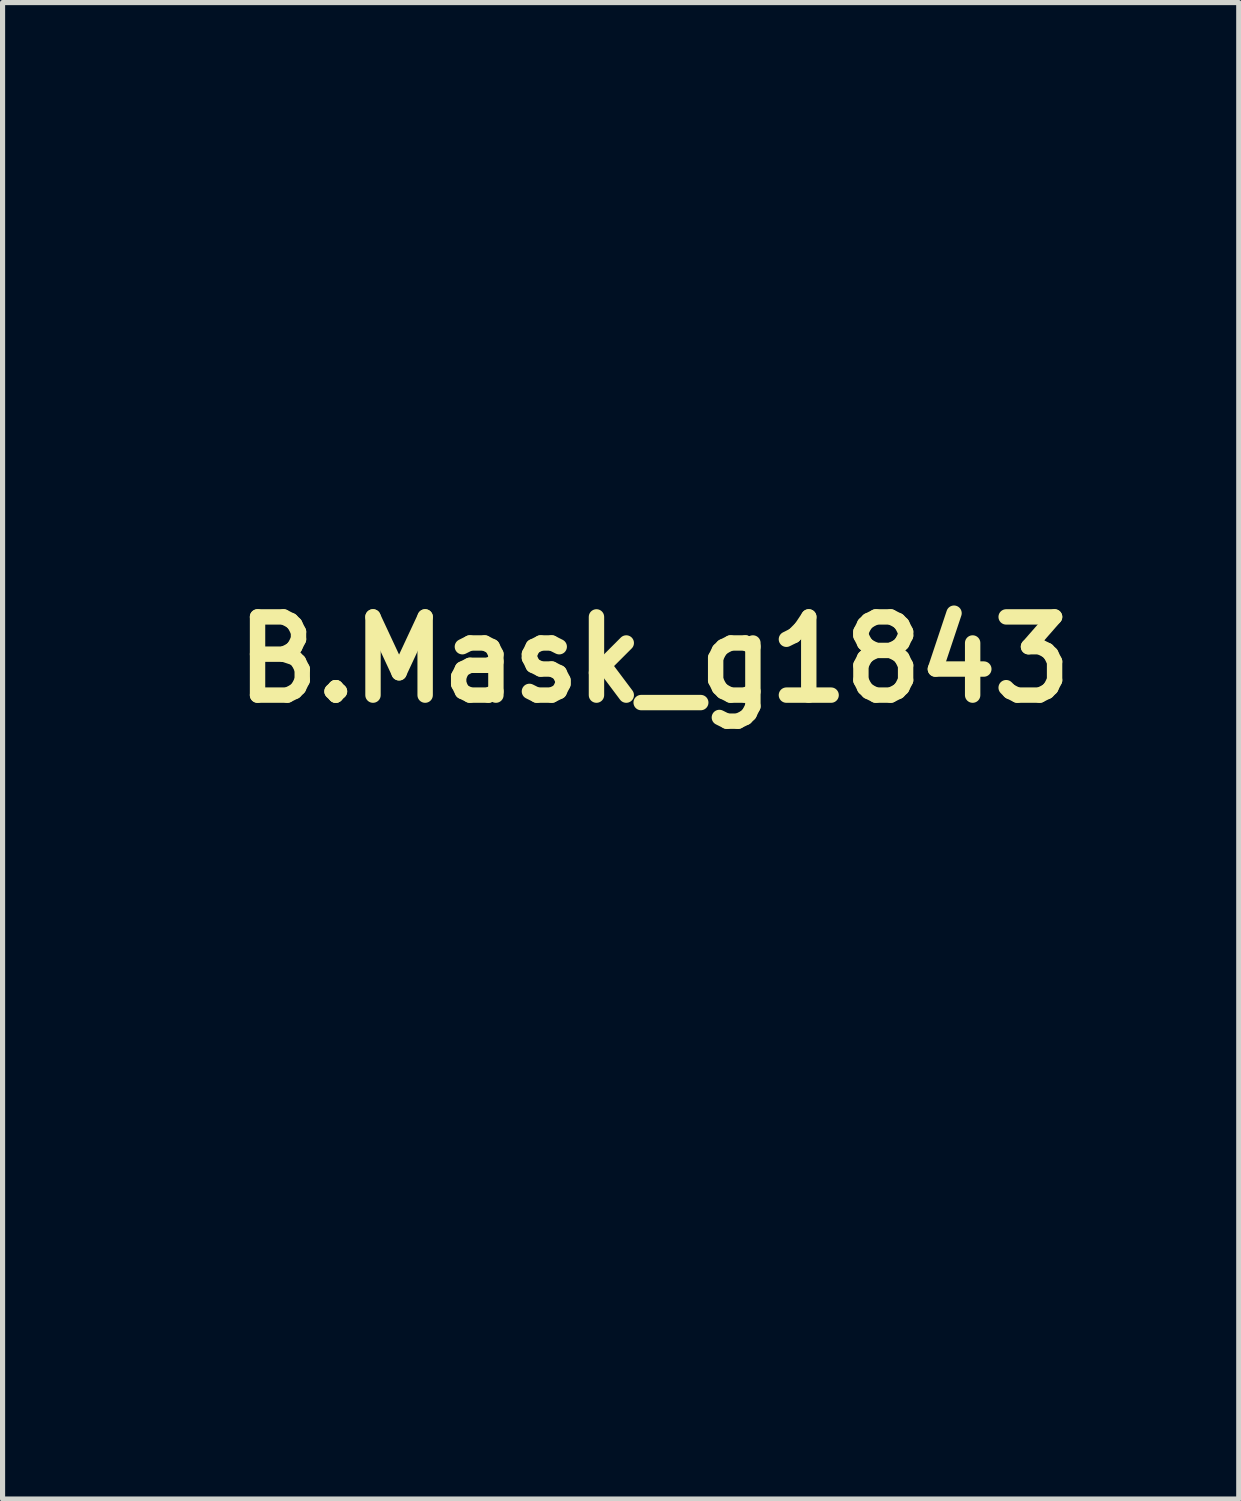
<source format=kicad_pcb>
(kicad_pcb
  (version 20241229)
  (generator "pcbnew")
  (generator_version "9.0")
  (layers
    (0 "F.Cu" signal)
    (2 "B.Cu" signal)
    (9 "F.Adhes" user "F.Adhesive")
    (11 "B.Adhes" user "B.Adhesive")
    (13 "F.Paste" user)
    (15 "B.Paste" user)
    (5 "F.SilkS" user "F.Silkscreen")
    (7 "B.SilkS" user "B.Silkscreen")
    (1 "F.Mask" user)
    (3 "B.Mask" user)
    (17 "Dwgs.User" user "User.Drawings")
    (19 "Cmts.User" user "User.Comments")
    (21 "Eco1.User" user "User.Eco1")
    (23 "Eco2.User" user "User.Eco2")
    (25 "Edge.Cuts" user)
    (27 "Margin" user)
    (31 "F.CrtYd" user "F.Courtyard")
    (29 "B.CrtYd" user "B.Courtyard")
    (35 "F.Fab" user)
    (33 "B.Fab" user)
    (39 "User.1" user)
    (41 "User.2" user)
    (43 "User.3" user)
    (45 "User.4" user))
  (footprint "B.Mask_g1843"
    (layer "F.Cu")
    (at 9.697 9.805)
    (property "Reference" "B.Mask_g1843" (at 0 0 0) (layer "F.SilkS") (effects (font (size 1.524 1.524) (thickness 0.3))))
    (attr through_hole)
    (fp_poly (pts (xy 1.111 -9.713) (xy 1.177 -9.63) (xy 1.222 -9.544) (xy 1.25 -9.443) (xy 1.267 -9.314) (xy 1.269 -9.29) (xy 1.277 -9.207) (xy 1.286 -9.146) (xy 1.304 -9.094) (xy 1.334 -9.04) (xy 1.382 -8.969) (xy 1.406 -8.934) (xy 1.471 -8.837) (xy 1.513 -8.761) (xy 1.535 -8.697) (xy 1.54 -8.664) (xy 1.56 -8.582) (xy 1.603 -8.474) (xy 1.672 -8.338) (xy 1.766 -8.173) (xy 1.886 -7.978) (xy 1.928 -7.911) (xy 1.997 -7.802) (xy 2.063 -7.699) (xy 2.119 -7.61) (xy 2.162 -7.542) (xy 2.18 -7.512) (xy 2.219 -7.46) (xy 2.28 -7.392) (xy 2.355 -7.317) (xy 2.402 -7.273) (xy 2.493 -7.191) (xy 2.591 -7.1) (xy 2.68 -7.015) (xy 2.711 -6.985) (xy 2.85 -6.847) (xy 2.899 -6.456) (xy 2.917 -6.309) (xy 2.929 -6.195) (xy 2.934 -6.106) (xy 2.933 -6.032) (xy 2.926 -5.966) (xy 2.912 -5.897) (xy 2.891 -5.817) (xy 2.887 -5.805) (xy 2.874 -5.757) (xy 3.806 -5.757) (xy 3.956 -5.595) (xy 4.018 -5.526) (xy 4.068 -5.468) (xy 4.099 -5.428) (xy 4.106 -5.415) (xy 4.087 -5.405) (xy 4.033 -5.399) (xy 3.954 -5.397) (xy 3.856 -5.398) (xy 3.75 -5.403) (xy 3.642 -5.411) (xy 3.54 -5.421) (xy 3.454 -5.435) (xy 3.439 -5.437) (xy 3.274 -5.477) (xy 3.115 -5.528) (xy 2.96 -5.591) (xy 2.806 -5.669) (xy 2.65 -5.765) (xy 2.49 -5.881) (xy 2.321 -6.018) (xy 2.142 -6.179) (xy 1.949 -6.366) (xy 1.74 -6.581) (xy 1.511 -6.827) (xy 1.301 -7.059) (xy 1.138 -7.241) (xy 0.999 -7.395) (xy 0.88 -7.523) (xy 0.779 -7.63) (xy 0.691 -7.719) (xy 0.614 -7.793) (xy 0.543 -7.857) (xy 0.475 -7.912) (xy 0.407 -7.964) (xy 0.404 -7.967) (xy 0.13 -8.142) (xy -0.16 -8.281) (xy -0.463 -8.383) (xy -0.775 -8.449) (xy -1.092 -8.476) (xy -1.409 -8.466) (xy -1.723 -8.417) (xy -2.029 -8.329) (xy -2.273 -8.227) (xy -2.44 -8.14) (xy -2.591 -8.048) (xy -2.732 -7.945) (xy -2.867 -7.825) (xy -3.004 -7.684) (xy -3.148 -7.517) (xy -3.305 -7.318) (xy -3.325 -7.291) (xy -3.625 -6.882) (xy -3.891 -6.493) (xy -4.126 -6.119) (xy -4.33 -5.757) (xy -4.507 -5.404) (xy -4.657 -5.056) (xy -4.783 -4.71) (xy -4.866 -4.441) (xy -4.896 -4.329) (xy -4.925 -4.21) (xy -4.953 -4.091) (xy -4.977 -3.98) (xy -4.996 -3.883) (xy -5.008 -3.809) (xy -5.012 -3.764) (xy -5.011 -3.755) (xy -4.991 -3.763) (xy -4.944 -3.793) (xy -4.875 -3.841) (xy -4.791 -3.902) (xy -4.738 -3.942) (xy -4.42 -4.174) (xy -4.121 -4.372) (xy -3.839 -4.54) (xy -3.568 -4.679) (xy -3.334 -4.78) (xy -3.194 -4.833) (xy -3.089 -4.867) (xy -3.02 -4.884) (xy -2.987 -4.881) (xy -2.985 -4.875) (xy -2.998 -4.845) (xy -3.036 -4.79) (xy -3.09 -4.718) (xy -3.158 -4.637) (xy -3.231 -4.552) (xy -3.306 -4.471) (xy -3.329 -4.448) (xy -3.392 -4.387) (xy -3.48 -4.305) (xy -3.586 -4.21) (xy -3.701 -4.108) (xy -3.82 -4.006) (xy -3.852 -3.979) (xy -3.994 -3.856) (xy -4.146 -3.719) (xy -4.303 -3.572) (xy -4.46 -3.42) (xy -4.613 -3.269) (xy -4.755 -3.123) (xy -4.882 -2.989) (xy -4.988 -2.87) (xy -5.069 -2.773) (xy -5.085 -2.752) (xy -5.228 -2.542) (xy -5.349 -2.326) (xy -5.444 -2.114) (xy -5.51 -1.913) (xy -5.526 -1.841) (xy -5.538 -1.674) (xy -5.508 -1.504) (xy -5.436 -1.334) (xy -5.321 -1.161) (xy -5.208 -1.031) (xy -5.143 -0.965) (xy -5.075 -0.901) (xy -4.998 -0.835) (xy -4.908 -0.764) (xy -4.8 -0.684) (xy -4.67 -0.591) (xy -4.514 -0.483) (xy -4.339 -0.365) (xy -4.029 -0.148) (xy -3.731 0.074) (xy -3.452 0.296) (xy -3.198 0.513) (xy -2.974 0.722) (xy -2.874 0.822) (xy -2.801 0.902) (xy -2.709 1.006) (xy -2.606 1.128) (xy -2.5 1.257) (xy -2.397 1.386) (xy -2.372 1.418) (xy -2.266 1.551) (xy -2.149 1.692) (xy -2.03 1.831) (xy -1.918 1.957) (xy -1.822 2.062) (xy -1.81 2.074) (xy -1.703 2.188) (xy -1.585 2.317) (xy -1.47 2.449) (xy -1.369 2.569) (xy -1.34 2.603) (xy -1.21 2.762) (xy -1.098 2.889) (xy -1.001 2.986) (xy -0.915 3.056) (xy -0.836 3.103) (xy -0.761 3.13) (xy -0.686 3.14) (xy -0.674 3.14) (xy -0.618 3.136) (xy -0.562 3.121) (xy -0.503 3.09) (xy -0.435 3.042) (xy -0.352 2.971) (xy -0.252 2.876) (xy -0.138 2.764) (xy -0.035 2.658) (xy 0.068 2.549) (xy 0.172 2.435) (xy 0.282 2.31) (xy 0.4 2.17) (xy 0.53 2.013) (xy 0.675 1.834) (xy 0.838 1.63) (xy 1.023 1.396) (xy 1.047 1.365) (xy 1.213 1.155) (xy 1.357 0.974) (xy 1.481 0.82) (xy 1.589 0.688) (xy 1.685 0.575) (xy 1.771 0.476) (xy 1.85 0.388) (xy 1.926 0.307) (xy 2.003 0.23) (xy 2.046 0.188) (xy 2.142 0.098) (xy 2.233 0.019) (xy 2.326 -0.05) (xy 2.426 -0.115) (xy 2.541 -0.179) (xy 2.675 -0.245) (xy 2.835 -0.316) (xy 3.027 -0.397) (xy 3.09 -0.423) (xy 3.297 -0.509) (xy 3.465 -0.583) (xy 3.599 -0.647) (xy 3.701 -0.7) (xy 3.773 -0.745) (xy 3.818 -0.769) (xy 3.849 -0.774) (xy 3.851 -0.774) (xy 3.869 -0.743) (xy 3.887 -0.683) (xy 3.9 -0.607) (xy 3.908 -0.528) (xy 3.909 -0.458) (xy 3.906 -0.437) (xy 3.883 -0.34) (xy 3.844 -0.247) (xy 3.785 -0.153) (xy 3.702 -0.055) (xy 3.594 0.051) (xy 3.455 0.168) (xy 3.283 0.301) (xy 3.241 0.333) (xy 3.084 0.451) (xy 2.957 0.55) (xy 2.856 0.635) (xy 2.775 0.71) (xy 2.708 0.779) (xy 2.652 0.847) (xy 2.63 0.877) (xy 2.551 0.982) (xy 2.472 1.076) (xy 2.387 1.164) (xy 2.29 1.251) (xy 2.176 1.342) (xy 2.039 1.442) (xy 1.874 1.555) (xy 1.778 1.619) (xy 1.598 1.739) (xy 1.448 1.841) (xy 1.325 1.93) (xy 1.221 2.011) (xy 1.134 2.087) (xy 1.056 2.163) (xy 0.984 2.243) (xy 0.911 2.332) (xy 0.849 2.413) (xy 0.795 2.482) (xy 0.736 2.55) (xy 0.666 2.623) (xy 0.58 2.706) (xy 0.473 2.804) (xy 0.34 2.923) (xy 0.304 2.954) (xy 0.134 3.106) (xy -0.006 3.239) (xy -0.118 3.357) (xy -0.205 3.464) (xy -0.273 3.566) (xy -0.324 3.666) (xy -0.362 3.769) (xy -0.374 3.814) (xy -0.391 3.886) (xy -0.4 3.948) (xy -0.4 4.015) (xy -0.392 4.1) (xy -0.385 4.163) (xy -0.377 4.237) (xy -0.366 4.346) (xy -0.353 4.483) (xy -0.339 4.64) (xy -0.325 4.81) (xy -0.31 4.985) (xy -0.306 5.038) (xy -0.283 5.32) (xy -0.262 5.564) (xy -0.241 5.775) (xy -0.22 5.959) (xy -0.198 6.119) (xy -0.175 6.261) (xy -0.15 6.389) (xy -0.122 6.508) (xy -0.091 6.623) (xy -0.082 6.657) (xy -0.043 6.778) (xy -0.008 6.86) (xy 0.024 6.907) (xy 0.055 6.921) (xy 0.055 6.921) (xy 0.083 6.926) (xy 0.147 6.938) (xy 0.242 6.958) (xy 0.363 6.983) (xy 0.505 7.013) (xy 0.662 7.047) (xy 0.758 7.068) (xy 0.973 7.115) (xy 1.154 7.154) (xy 1.309 7.187) (xy 1.446 7.214) (xy 1.572 7.239) (xy 1.694 7.261) (xy 1.821 7.282) (xy 1.961 7.304) (xy 2.12 7.328) (xy 2.306 7.355) (xy 2.455 7.377) (xy 2.721 7.416) (xy 2.954 7.45) (xy 3.161 7.483) (xy 3.351 7.514) (xy 3.532 7.545) (xy 3.712 7.578) (xy 3.901 7.615) (xy 4.105 7.656) (xy 4.334 7.703) (xy 4.339 7.704) (xy 4.639 7.765) (xy 4.905 7.817) (xy 5.143 7.86) (xy 5.36 7.896) (xy 5.561 7.925) (xy 5.754 7.949) (xy 5.946 7.97) (xy 5.948 7.97) (xy 6.1 7.986) (xy 6.275 8.008) (xy 6.453 8.033) (xy 6.616 8.058) (xy 6.657 8.065) (xy 6.914 8.106) (xy 7.133 8.137) (xy 7.32 8.156) (xy 7.478 8.165) (xy 7.61 8.163) (xy 7.651 8.16) (xy 7.803 8.138) (xy 7.95 8.101) (xy 8.079 8.053) (xy 8.141 8.02) (xy 8.198 7.989) (xy 8.222 7.983) (xy 8.213 8.005) (xy 8.172 8.053) (xy 8.159 8.067) (xy 8.049 8.168) (xy 7.927 8.251) (xy 7.789 8.318) (xy 7.631 8.369) (xy 7.448 8.406) (xy 7.236 8.43) (xy 6.99 8.443) (xy 6.794 8.445) (xy 6.382 8.445) (xy 6.331 8.541) (xy 6.291 8.602) (xy 6.23 8.676) (xy 6.16 8.749) (xy 6.144 8.764) (xy 6.096 8.808) (xy 6.044 8.848) (xy 5.984 8.888) (xy 5.909 8.933) (xy 5.814 8.984) (xy 5.692 9.047) (xy 5.538 9.123) (xy 5.528 9.128) (xy 5.397 9.193) (xy 5.279 9.252) (xy 5.178 9.301) (xy 5.101 9.34) (xy 5.053 9.364) (xy 5.038 9.371) (xy 5.024 9.357) (xy 5.002 9.314) (xy 4.989 9.285) (xy 4.926 9.173) (xy 4.832 9.062) (xy 4.719 8.961) (xy 4.6 8.884) (xy 4.502 8.838) (xy 4.4 8.799) (xy 4.288 8.767) (xy 4.16 8.741) (xy 4.011 8.72) (xy 3.834 8.702) (xy 3.624 8.687) (xy 3.493 8.679) (xy 3.298 8.668) (xy 3.132 8.656) (xy 2.985 8.643) (xy 2.847 8.626) (xy 2.708 8.605) (xy 2.557 8.579) (xy 2.384 8.545) (xy 2.194 8.506) (xy 1.825 8.425) (xy 1.492 8.344) (xy 1.189 8.26) (xy 0.909 8.173) (xy 0.646 8.08) (xy 0.394 7.979) (xy 0.374 7.97) (xy 0.199 7.901) (xy 0.049 7.853) (xy -0.088 7.824) (xy -0.221 7.812) (xy -0.268 7.811) (xy -0.409 7.817) (xy -0.558 7.836) (xy -0.72 7.871) (xy -0.9 7.921) (xy -1.102 7.989) (xy -1.33 8.076) (xy -1.591 8.183) (xy -1.596 8.185) (xy -1.853 8.29) (xy -2.117 8.391) (xy -2.393 8.488) (xy -2.687 8.584) (xy -3.004 8.681) (xy -3.347 8.779) (xy -3.724 8.88) (xy -4.102 8.978) (xy -4.63 9.111) (xy -4.539 9.376) (xy -4.359 9.852) (xy -4.156 10.292) (xy -3.931 10.697) (xy -3.682 11.07) (xy -3.409 11.41) (xy -3.194 11.639) (xy -2.933 11.883) (xy -2.675 12.089) (xy -2.416 12.262) (xy -2.148 12.405) (xy -1.867 12.522) (xy -1.781 12.552) (xy -1.539 12.627) (xy -1.306 12.686) (xy -1.073 12.729) (xy -0.832 12.759) (xy -0.573 12.776) (xy -0.288 12.781) (xy -0.064 12.778) (xy 0.158 12.772) (xy 0.349 12.763) (xy 0.519 12.749) (xy 0.68 12.731) (xy 0.843 12.706) (xy 1.018 12.674) (xy 1.101 12.658) (xy 1.192 12.64) (xy 1.265 12.628) (xy 1.313 12.622) (xy 1.327 12.623) (xy 1.315 12.638) (xy 1.274 12.671) (xy 1.21 12.716) (xy 1.13 12.769) (xy 1.04 12.826) (xy 0.948 12.882) (xy 0.86 12.933) (xy 0.783 12.975) (xy 0.774 12.98) (xy 0.426 13.131) (xy 0.063 13.243) (xy -0.314 13.316) (xy -0.706 13.348) (xy -1.113 13.341) (xy -1.224 13.333) (xy -1.584 13.287) (xy -1.966 13.211) (xy -2.363 13.107) (xy -2.77 12.977) (xy -3.179 12.823) (xy -3.334 12.758) (xy -3.592 12.644) (xy -3.815 12.538) (xy -4.01 12.436) (xy -4.181 12.335) (xy -4.336 12.23) (xy -4.48 12.119) (xy -4.618 11.997) (xy -4.721 11.897) (xy -4.862 11.75) (xy -4.994 11.599) (xy -5.119 11.442) (xy -5.239 11.274) (xy -5.357 11.089) (xy -5.477 10.885) (xy -5.6 10.657) (xy -5.728 10.401) (xy -5.866 10.112) (xy -5.98 9.864) (xy -6.081 9.642) (xy -6.18 9.429) (xy -6.275 9.229) (xy -6.363 9.047) (xy -6.441 8.888) (xy -6.508 8.756) (xy -6.562 8.656) (xy -6.58 8.623) (xy -6.599 8.591) (xy -6.614 8.565) (xy -6.632 8.545) (xy -6.657 8.529) (xy -6.693 8.516) (xy -6.745 8.505) (xy -6.819 8.496) (xy -6.917 8.486) (xy -7.046 8.476) (xy -7.21 8.464) (xy -7.324 8.455) (xy -7.618 8.43) (xy -7.874 8.4) (xy -8.096 8.365) (xy -8.288 8.324) (xy -8.454 8.275) (xy -8.599 8.217) (xy -8.726 8.149) (xy -8.839 8.069) (xy -8.919 8) (xy -8.998 7.919) (xy -9.067 7.83) (xy -9.13 7.724) (xy -9.193 7.596) (xy -9.258 7.438) (xy -9.289 7.355) (xy -9.409 7) (xy -9.506 6.638) (xy -9.582 6.262) (xy -9.639 5.863) (xy -9.673 5.516) (xy -9.685 5.338) (xy -9.691 5.171) (xy -9.692 5.005) (xy -9.687 4.829) (xy -9.677 4.636) (xy -8.39 4.636) (xy -8.384 4.988) (xy -8.364 5.303) (xy -8.332 5.584) (xy -8.285 5.833) (xy -8.225 6.053) (xy -8.22 6.069) (xy -8.105 6.35) (xy -7.957 6.605) (xy -7.776 6.834) (xy -7.565 7.034) (xy -7.325 7.205) (xy -7.057 7.345) (xy -6.763 7.453) (xy -6.742 7.46) (xy -6.659 7.48) (xy -6.543 7.503) (xy -6.403 7.527) (xy -6.246 7.552) (xy -6.083 7.576) (xy -5.921 7.597) (xy -5.77 7.614) (xy -5.638 7.627) (xy -5.63 7.627) (xy -5.505 7.633) (xy -5.35 7.632) (xy -5.175 7.627) (xy -4.991 7.618) (xy -4.809 7.604) (xy -4.642 7.587) (xy -4.56 7.577) (xy -4.252 7.529) (xy -3.962 7.472) (xy -3.672 7.403) (xy -3.429 7.336) (xy -3.295 7.298) (xy -3.136 7.252) (xy -2.966 7.204) (xy -2.801 7.156) (xy -2.699 7.127) (xy -2.397 7.044) (xy -2.128 6.978) (xy -1.887 6.927) (xy -1.669 6.891) (xy -1.566 6.879) (xy -1.46 6.867) (xy -1.357 6.855) (xy -1.273 6.844) (xy -1.238 6.84) (xy -1.132 6.826) (xy -1.066 6.492) (xy -1.02 6.256) (xy -0.985 6.048) (xy -0.959 5.858) (xy -0.941 5.674) (xy -0.929 5.484) (xy -0.923 5.276) (xy -0.922 5.039) (xy -0.922 5.038) (xy -0.922 4.868) (xy -0.924 4.733) (xy -0.927 4.625) (xy -0.931 4.537) (xy -0.938 4.461) (xy -0.949 4.39) (xy -0.962 4.317) (xy -0.977 4.244) (xy -1.048 3.969) (xy -1.136 3.732) (xy -1.24 3.532) (xy -1.255 3.508) (xy -1.34 3.387) (xy -1.453 3.244) (xy -1.59 3.083) (xy -1.747 2.908) (xy -1.919 2.725) (xy -2.102 2.538) (xy -2.292 2.351) (xy -2.483 2.17) (xy -2.637 2.03) (xy -2.856 1.835) (xy -3.051 1.667) (xy -3.226 1.52) (xy -3.387 1.39) (xy -3.539 1.274) (xy -3.689 1.168) (xy -3.841 1.068) (xy -4.001 0.969) (xy -4.174 0.869) (xy -4.366 0.762) (xy -4.445 0.719) (xy -4.589 0.64) (xy -4.735 0.558) (xy -4.872 0.479) (xy -4.994 0.407) (xy -5.091 0.348) (xy -5.132 0.322) (xy -5.298 0.202) (xy -5.461 0.065) (xy -5.611 -0.078) (xy -5.736 -0.217) (xy -5.758 -0.244) (xy -5.847 -0.359) (xy -5.975 -0.259) (xy -6.039 -0.205) (xy -6.123 -0.131) (xy -6.216 -0.045) (xy -6.307 0.043) (xy -6.317 0.053) (xy -6.453 0.191) (xy -6.58 0.33) (xy -6.701 0.476) (xy -6.823 0.636) (xy -6.95 0.815) (xy -7.087 1.02) (xy -7.204 1.201) (xy -7.291 1.339) (xy -7.39 1.495) (xy -7.492 1.655) (xy -7.584 1.801) (xy -7.613 1.847) (xy -7.723 2.023) (xy -7.813 2.171) (xy -7.886 2.299) (xy -7.946 2.414) (xy -7.997 2.522) (xy -8.042 2.631) (xy -8.044 2.635) (xy -8.164 2.974) (xy -8.258 3.319) (xy -8.325 3.678) (xy -8.368 4.057) (xy -8.388 4.463) (xy -8.39 4.636) (xy -9.677 4.636) (xy -9.677 4.632) (xy -9.663 4.434) (xy -9.652 4.275) (xy -9.643 4.098) (xy -9.636 3.921) (xy -9.632 3.76) (xy -9.631 3.683) (xy -9.628 3.495) (xy -9.619 3.317) (xy -9.602 3.145) (xy -9.577 2.975) (xy -9.541 2.803) (xy -9.495 2.624) (xy -9.436 2.434) (xy -9.363 2.23) (xy -9.276 2.007) (xy -9.172 1.761) (xy -9.051 1.487) (xy -8.912 1.182) (xy -8.854 1.058) (xy -8.752 0.839) (xy -8.667 0.651) (xy -8.598 0.49) (xy -8.541 0.349) (xy -8.495 0.223) (xy -8.459 0.105) (xy -8.429 -0.008) (xy -8.404 -0.125) (xy -8.383 -0.249) (xy -8.371 -0.328) (xy -8.355 -0.468) (xy -8.344 -0.64) (xy -8.337 -0.835) (xy -8.334 -1.043) (xy -8.336 -1.255) (xy -8.342 -1.461) (xy -8.352 -1.651) (xy -8.359 -1.736) (xy -8.367 -1.81) (xy -8.378 -1.92) (xy -8.394 -2.059) (xy -8.412 -2.219) (xy -8.432 -2.395) (xy -8.453 -2.58) (xy -8.475 -2.766) (xy -8.497 -2.947) (xy -8.517 -3.117) (xy -8.535 -3.269) (xy -8.551 -3.396) (xy -8.562 -3.482) (xy -8.574 -3.567) (xy -8.187 -3.712) (xy -7.959 -3.799) (xy -7.767 -3.877) (xy -7.606 -3.949) (xy -7.471 -4.017) (xy -7.357 -4.084) (xy -7.26 -4.153) (xy -7.175 -4.226) (xy -7.096 -4.306) (xy -6.988 -4.424) (xy -6.583 -4.424) (xy -6.583 -4.561) (xy -6.582 -4.636) (xy -6.576 -4.677) (xy -6.563 -4.695) (xy -6.539 -4.699) (xy -6.535 -4.699) (xy -6.481 -4.715) (xy -6.406 -4.759) (xy -6.313 -4.827) (xy -6.209 -4.913) (xy -6.098 -5.013) (xy -5.985 -5.122) (xy -5.874 -5.236) (xy -5.771 -5.349) (xy -5.679 -5.456) (xy -5.605 -5.553) (xy -5.552 -5.635) (xy -5.526 -5.697) (xy -5.524 -5.713) (xy -5.521 -5.736) (xy -5.504 -5.75) (xy -5.465 -5.756) (xy -5.394 -5.757) (xy -5.377 -5.757) (xy -5.291 -5.76) (xy -5.235 -5.775) (xy -5.204 -5.808) (xy -5.189 -5.867) (xy -5.186 -5.961) (xy -5.186 -5.974) (xy -5.182 -6.044) (xy -5.169 -6.108) (xy -5.143 -6.172) (xy -5.099 -6.242) (xy -5.036 -6.324) (xy -4.948 -6.425) (xy -4.857 -6.523) (xy -4.709 -6.688) (xy -4.597 -6.83) (xy -4.52 -6.951) (xy -4.479 -7.048) (xy -4.474 -7.074) (xy -4.461 -7.154) (xy -3.916 -7.154) (xy -3.916 -7.588) (xy -3.915 -7.737) (xy -3.914 -7.848) (xy -3.911 -7.927) (xy -3.907 -7.979) (xy -3.9 -8.008) (xy -3.891 -8.021) (xy -3.885 -8.022) (xy -3.843 -8.039) (xy -3.793 -8.084) (xy -3.743 -8.144) (xy -3.703 -8.21) (xy -3.687 -8.248) (xy -3.67 -8.324) (xy -3.662 -8.398) (xy -3.662 -8.408) (xy -3.662 -8.482) (xy -3.53 -8.492) (xy -3.449 -8.495) (xy -3.344 -8.494) (xy -3.231 -8.49) (xy -3.175 -8.486) (xy -3.057 -8.478) (xy -2.931 -8.472) (xy -2.818 -8.468) (xy -2.778 -8.468) (xy -2.603 -8.467) (xy -2.603 -9.8) (xy 1.032 -9.8) (xy 1.111 -9.713)) (stroke (width 0.01) (type solid)) (fill yes) (layer "B.Mask")))
  (gr_rect
    (start -3 -3)
    (end 21.087 26.158)
    (stroke (width 0.1) (type default))
    (fill no)
    (layer "Edge.Cuts")))
</source>
